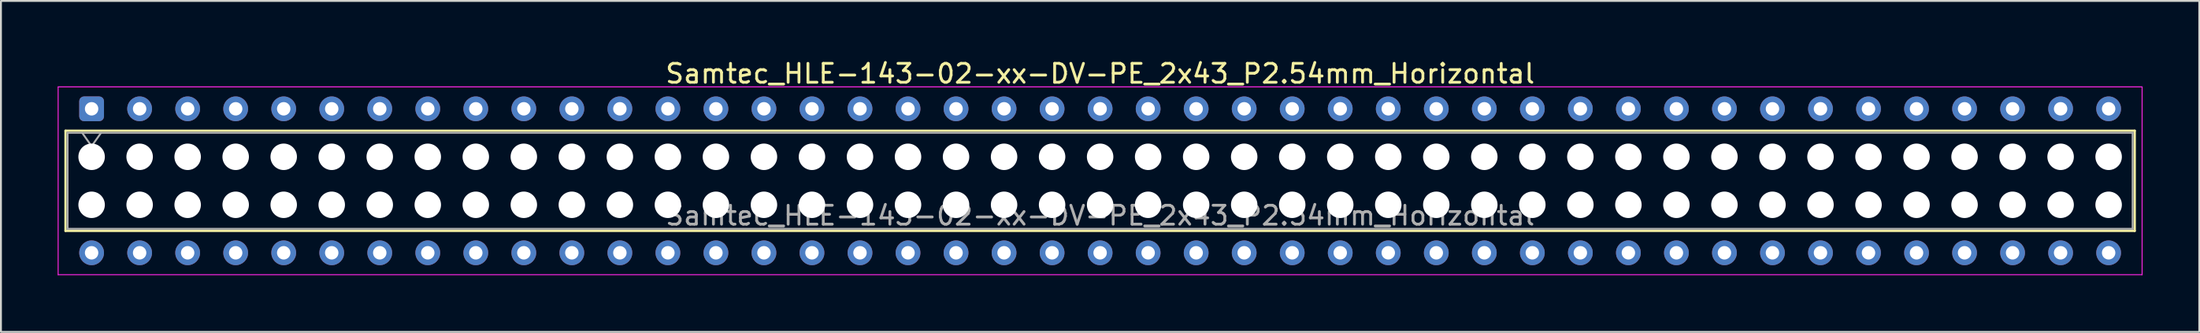
<source format=kicad_pcb>
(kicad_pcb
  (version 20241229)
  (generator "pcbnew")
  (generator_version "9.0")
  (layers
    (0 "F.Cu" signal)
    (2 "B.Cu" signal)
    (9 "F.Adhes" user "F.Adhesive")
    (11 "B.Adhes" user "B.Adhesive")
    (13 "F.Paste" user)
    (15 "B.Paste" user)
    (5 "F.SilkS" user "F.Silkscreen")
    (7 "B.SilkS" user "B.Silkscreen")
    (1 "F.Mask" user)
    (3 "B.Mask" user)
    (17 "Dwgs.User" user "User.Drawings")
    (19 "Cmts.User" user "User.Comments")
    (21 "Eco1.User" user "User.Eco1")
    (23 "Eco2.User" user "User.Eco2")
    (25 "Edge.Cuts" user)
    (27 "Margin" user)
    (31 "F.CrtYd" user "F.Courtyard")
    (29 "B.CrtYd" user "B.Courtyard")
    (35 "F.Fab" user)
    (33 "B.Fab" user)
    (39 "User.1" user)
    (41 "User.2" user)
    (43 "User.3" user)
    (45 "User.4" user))
  (footprint "Samtec_HLE-143-02-xx-DV-PE_2x43_P2.54mm_Horizontal"
    (layer "F.Cu")
    (at 1.795 2.708)
    (property "Reference" "Samtec_HLE-143-02-xx-DV-PE_2x43_P2.54mm_Horizontal" (at 53.34 -1.86 0) (layer "F.SilkS") (effects (font (size 1 1) (thickness 0.15))))
    (attr through_hole)
    (fp_line (start -1.38 1.16) (end 108.06 1.16) (stroke (width 0.12) (type solid)) (layer "F.SilkS"))
    (fp_line (start -1.38 6.46) (end -1.38 1.16) (stroke (width 0.12) (type solid)) (layer "F.SilkS"))
    (fp_line (start 108.06 1.16) (end 108.06 6.46) (stroke (width 0.12) (type solid)) (layer "F.SilkS"))
    (fp_line (start 108.06 6.46) (end -1.38 6.46) (stroke (width 0.12) (type solid)) (layer "F.SilkS"))
    (fp_line (start -1.77 -1.16) (end 108.45 -1.16) (stroke (width 0.05) (type solid)) (layer "F.CrtYd"))
    (fp_line (start -1.77 8.78) (end -1.77 -1.16) (stroke (width 0.05) (type solid)) (layer "F.CrtYd"))
    (fp_line (start 108.45 -1.16) (end 108.45 8.78) (stroke (width 0.05) (type solid)) (layer "F.CrtYd"))
    (fp_line (start 108.45 8.78) (end -1.77 8.78) (stroke (width 0.05) (type solid)) (layer "F.CrtYd"))
    (fp_line (start -1.27 1.27) (end 107.95 1.27) (stroke (width 0.1) (type solid)) (layer "F.Fab"))
    (fp_line (start -1.27 6.35) (end -1.27 1.27) (stroke (width 0.1) (type solid)) (layer "F.Fab"))
    (fp_line (start -0.5 1.27) (end 0 1.977) (stroke (width 0.1) (type solid)) (layer "F.Fab"))
    (fp_line (start 0 1.977) (end 0.5 1.27) (stroke (width 0.1) (type solid)) (layer "F.Fab"))
    (fp_line (start 107.95 1.27) (end 107.95 6.35) (stroke (width 0.1) (type solid)) (layer "F.Fab"))
    (fp_line (start 107.95 6.35) (end -1.27 6.35) (stroke (width 0.1) (type solid)) (layer "F.Fab"))
    (fp_text user "${REFERENCE}" (at 53.34 5.65 0) (layer "F.Fab") (effects (font (size 1 1) (thickness 0.15))))
    (pad "" np_thru_hole circle (at 0 2.54) (size 1.4 1.4) (drill 1.4) (layers "*.Cu" "*.Mask"))
    (pad "" np_thru_hole circle (at 0 5.08) (size 1.4 1.4) (drill 1.4) (layers "*.Cu" "*.Mask"))
    (pad "" np_thru_hole circle (at 2.54 2.54) (size 1.4 1.4) (drill 1.4) (layers "*.Cu" "*.Mask"))
    (pad "" np_thru_hole circle (at 2.54 5.08) (size 1.4 1.4) (drill 1.4) (layers "*.Cu" "*.Mask"))
    (pad "" np_thru_hole circle (at 5.08 2.54) (size 1.4 1.4) (drill 1.4) (layers "*.Cu" "*.Mask"))
    (pad "" np_thru_hole circle (at 5.08 5.08) (size 1.4 1.4) (drill 1.4) (layers "*.Cu" "*.Mask"))
    (pad "" np_thru_hole circle (at 7.62 2.54) (size 1.4 1.4) (drill 1.4) (layers "*.Cu" "*.Mask"))
    (pad "" np_thru_hole circle (at 7.62 5.08) (size 1.4 1.4) (drill 1.4) (layers "*.Cu" "*.Mask"))
    (pad "" np_thru_hole circle (at 10.16 2.54) (size 1.4 1.4) (drill 1.4) (layers "*.Cu" "*.Mask"))
    (pad "" np_thru_hole circle (at 10.16 5.08) (size 1.4 1.4) (drill 1.4) (layers "*.Cu" "*.Mask"))
    (pad "" np_thru_hole circle (at 12.7 2.54) (size 1.4 1.4) (drill 1.4) (layers "*.Cu" "*.Mask"))
    (pad "" np_thru_hole circle (at 12.7 5.08) (size 1.4 1.4) (drill 1.4) (layers "*.Cu" "*.Mask"))
    (pad "" np_thru_hole circle (at 15.24 2.54) (size 1.4 1.4) (drill 1.4) (layers "*.Cu" "*.Mask"))
    (pad "" np_thru_hole circle (at 15.24 5.08) (size 1.4 1.4) (drill 1.4) (layers "*.Cu" "*.Mask"))
    (pad "" np_thru_hole circle (at 17.78 2.54) (size 1.4 1.4) (drill 1.4) (layers "*.Cu" "*.Mask"))
    (pad "" np_thru_hole circle (at 17.78 5.08) (size 1.4 1.4) (drill 1.4) (layers "*.Cu" "*.Mask"))
    (pad "" np_thru_hole circle (at 20.32 2.54) (size 1.4 1.4) (drill 1.4) (layers "*.Cu" "*.Mask"))
    (pad "" np_thru_hole circle (at 20.32 5.08) (size 1.4 1.4) (drill 1.4) (layers "*.Cu" "*.Mask"))
    (pad "" np_thru_hole circle (at 22.86 2.54) (size 1.4 1.4) (drill 1.4) (layers "*.Cu" "*.Mask"))
    (pad "" np_thru_hole circle (at 22.86 5.08) (size 1.4 1.4) (drill 1.4) (layers "*.Cu" "*.Mask"))
    (pad "" np_thru_hole circle (at 25.4 2.54) (size 1.4 1.4) (drill 1.4) (layers "*.Cu" "*.Mask"))
    (pad "" np_thru_hole circle (at 25.4 5.08) (size 1.4 1.4) (drill 1.4) (layers "*.Cu" "*.Mask"))
    (pad "" np_thru_hole circle (at 27.94 2.54) (size 1.4 1.4) (drill 1.4) (layers "*.Cu" "*.Mask"))
    (pad "" np_thru_hole circle (at 27.94 5.08) (size 1.4 1.4) (drill 1.4) (layers "*.Cu" "*.Mask"))
    (pad "" np_thru_hole circle (at 30.48 2.54) (size 1.4 1.4) (drill 1.4) (layers "*.Cu" "*.Mask"))
    (pad "" np_thru_hole circle (at 30.48 5.08) (size 1.4 1.4) (drill 1.4) (layers "*.Cu" "*.Mask"))
    (pad "" np_thru_hole circle (at 33.02 2.54) (size 1.4 1.4) (drill 1.4) (layers "*.Cu" "*.Mask"))
    (pad "" np_thru_hole circle (at 33.02 5.08) (size 1.4 1.4) (drill 1.4) (layers "*.Cu" "*.Mask"))
    (pad "" np_thru_hole circle (at 35.56 2.54) (size 1.4 1.4) (drill 1.4) (layers "*.Cu" "*.Mask"))
    (pad "" np_thru_hole circle (at 35.56 5.08) (size 1.4 1.4) (drill 1.4) (layers "*.Cu" "*.Mask"))
    (pad "" np_thru_hole circle (at 38.1 2.54) (size 1.4 1.4) (drill 1.4) (layers "*.Cu" "*.Mask"))
    (pad "" np_thru_hole circle (at 38.1 5.08) (size 1.4 1.4) (drill 1.4) (layers "*.Cu" "*.Mask"))
    (pad "" np_thru_hole circle (at 40.64 2.54) (size 1.4 1.4) (drill 1.4) (layers "*.Cu" "*.Mask"))
    (pad "" np_thru_hole circle (at 40.64 5.08) (size 1.4 1.4) (drill 1.4) (layers "*.Cu" "*.Mask"))
    (pad "" np_thru_hole circle (at 43.18 2.54) (size 1.4 1.4) (drill 1.4) (layers "*.Cu" "*.Mask"))
    (pad "" np_thru_hole circle (at 43.18 5.08) (size 1.4 1.4) (drill 1.4) (layers "*.Cu" "*.Mask"))
    (pad "" np_thru_hole circle (at 45.72 2.54) (size 1.4 1.4) (drill 1.4) (layers "*.Cu" "*.Mask"))
    (pad "" np_thru_hole circle (at 45.72 5.08) (size 1.4 1.4) (drill 1.4) (layers "*.Cu" "*.Mask"))
    (pad "" np_thru_hole circle (at 48.26 2.54) (size 1.4 1.4) (drill 1.4) (layers "*.Cu" "*.Mask"))
    (pad "" np_thru_hole circle (at 48.26 5.08) (size 1.4 1.4) (drill 1.4) (layers "*.Cu" "*.Mask"))
    (pad "" np_thru_hole circle (at 50.8 2.54) (size 1.4 1.4) (drill 1.4) (layers "*.Cu" "*.Mask"))
    (pad "" np_thru_hole circle (at 50.8 5.08) (size 1.4 1.4) (drill 1.4) (layers "*.Cu" "*.Mask"))
    (pad "" np_thru_hole circle (at 53.34 2.54) (size 1.4 1.4) (drill 1.4) (layers "*.Cu" "*.Mask"))
    (pad "" np_thru_hole circle (at 53.34 5.08) (size 1.4 1.4) (drill 1.4) (layers "*.Cu" "*.Mask"))
    (pad "" np_thru_hole circle (at 55.88 2.54) (size 1.4 1.4) (drill 1.4) (layers "*.Cu" "*.Mask"))
    (pad "" np_thru_hole circle (at 55.88 5.08) (size 1.4 1.4) (drill 1.4) (layers "*.Cu" "*.Mask"))
    (pad "" np_thru_hole circle (at 58.42 2.54) (size 1.4 1.4) (drill 1.4) (layers "*.Cu" "*.Mask"))
    (pad "" np_thru_hole circle (at 58.42 5.08) (size 1.4 1.4) (drill 1.4) (layers "*.Cu" "*.Mask"))
    (pad "" np_thru_hole circle (at 60.96 2.54) (size 1.4 1.4) (drill 1.4) (layers "*.Cu" "*.Mask"))
    (pad "" np_thru_hole circle (at 60.96 5.08) (size 1.4 1.4) (drill 1.4) (layers "*.Cu" "*.Mask"))
    (pad "" np_thru_hole circle (at 63.5 2.54) (size 1.4 1.4) (drill 1.4) (layers "*.Cu" "*.Mask"))
    (pad "" np_thru_hole circle (at 63.5 5.08) (size 1.4 1.4) (drill 1.4) (layers "*.Cu" "*.Mask"))
    (pad "" np_thru_hole circle (at 66.04 2.54) (size 1.4 1.4) (drill 1.4) (layers "*.Cu" "*.Mask"))
    (pad "" np_thru_hole circle (at 66.04 5.08) (size 1.4 1.4) (drill 1.4) (layers "*.Cu" "*.Mask"))
    (pad "" np_thru_hole circle (at 68.58 2.54) (size 1.4 1.4) (drill 1.4) (layers "*.Cu" "*.Mask"))
    (pad "" np_thru_hole circle (at 68.58 5.08) (size 1.4 1.4) (drill 1.4) (layers "*.Cu" "*.Mask"))
    (pad "" np_thru_hole circle (at 71.12 2.54) (size 1.4 1.4) (drill 1.4) (layers "*.Cu" "*.Mask"))
    (pad "" np_thru_hole circle (at 71.12 5.08) (size 1.4 1.4) (drill 1.4) (layers "*.Cu" "*.Mask"))
    (pad "" np_thru_hole circle (at 73.66 2.54) (size 1.4 1.4) (drill 1.4) (layers "*.Cu" "*.Mask"))
    (pad "" np_thru_hole circle (at 73.66 5.08) (size 1.4 1.4) (drill 1.4) (layers "*.Cu" "*.Mask"))
    (pad "" np_thru_hole circle (at 76.2 2.54) (size 1.4 1.4) (drill 1.4) (layers "*.Cu" "*.Mask"))
    (pad "" np_thru_hole circle (at 76.2 5.08) (size 1.4 1.4) (drill 1.4) (layers "*.Cu" "*.Mask"))
    (pad "" np_thru_hole circle (at 78.74 2.54) (size 1.4 1.4) (drill 1.4) (layers "*.Cu" "*.Mask"))
    (pad "" np_thru_hole circle (at 78.74 5.08) (size 1.4 1.4) (drill 1.4) (layers "*.Cu" "*.Mask"))
    (pad "" np_thru_hole circle (at 81.28 2.54) (size 1.4 1.4) (drill 1.4) (layers "*.Cu" "*.Mask"))
    (pad "" np_thru_hole circle (at 81.28 5.08) (size 1.4 1.4) (drill 1.4) (layers "*.Cu" "*.Mask"))
    (pad "" np_thru_hole circle (at 83.82 2.54) (size 1.4 1.4) (drill 1.4) (layers "*.Cu" "*.Mask"))
    (pad "" np_thru_hole circle (at 83.82 5.08) (size 1.4 1.4) (drill 1.4) (layers "*.Cu" "*.Mask"))
    (pad "" np_thru_hole circle (at 86.36 2.54) (size 1.4 1.4) (drill 1.4) (layers "*.Cu" "*.Mask"))
    (pad "" np_thru_hole circle (at 86.36 5.08) (size 1.4 1.4) (drill 1.4) (layers "*.Cu" "*.Mask"))
    (pad "" np_thru_hole circle (at 88.9 2.54) (size 1.4 1.4) (drill 1.4) (layers "*.Cu" "*.Mask"))
    (pad "" np_thru_hole circle (at 88.9 5.08) (size 1.4 1.4) (drill 1.4) (layers "*.Cu" "*.Mask"))
    (pad "" np_thru_hole circle (at 91.44 2.54) (size 1.4 1.4) (drill 1.4) (layers "*.Cu" "*.Mask"))
    (pad "" np_thru_hole circle (at 91.44 5.08) (size 1.4 1.4) (drill 1.4) (layers "*.Cu" "*.Mask"))
    (pad "" np_thru_hole circle (at 93.98 2.54) (size 1.4 1.4) (drill 1.4) (layers "*.Cu" "*.Mask"))
    (pad "" np_thru_hole circle (at 93.98 5.08) (size 1.4 1.4) (drill 1.4) (layers "*.Cu" "*.Mask"))
    (pad "" np_thru_hole circle (at 96.52 2.54) (size 1.4 1.4) (drill 1.4) (layers "*.Cu" "*.Mask"))
    (pad "" np_thru_hole circle (at 96.52 5.08) (size 1.4 1.4) (drill 1.4) (layers "*.Cu" "*.Mask"))
    (pad "" np_thru_hole circle (at 99.06 2.54) (size 1.4 1.4) (drill 1.4) (layers "*.Cu" "*.Mask"))
    (pad "" np_thru_hole circle (at 99.06 5.08) (size 1.4 1.4) (drill 1.4) (layers "*.Cu" "*.Mask"))
    (pad "" np_thru_hole circle (at 101.6 2.54) (size 1.4 1.4) (drill 1.4) (layers "*.Cu" "*.Mask"))
    (pad "" np_thru_hole circle (at 101.6 5.08) (size 1.4 1.4) (drill 1.4) (layers "*.Cu" "*.Mask"))
    (pad "" np_thru_hole circle (at 104.14 2.54) (size 1.4 1.4) (drill 1.4) (layers "*.Cu" "*.Mask"))
    (pad "" np_thru_hole circle (at 104.14 5.08) (size 1.4 1.4) (drill 1.4) (layers "*.Cu" "*.Mask"))
    (pad "" np_thru_hole circle (at 106.68 2.54) (size 1.4 1.4) (drill 1.4) (layers "*.Cu" "*.Mask"))
    (pad "" np_thru_hole circle (at 106.68 5.08) (size 1.4 1.4) (drill 1.4) (layers "*.Cu" "*.Mask"))
    (pad "1" thru_hole roundrect (at 0 0) (size 1.31 1.31) (drill 0.71) (layers "*.Cu" "*.Mask") (roundrect_rratio 0.191))
    (pad "2" thru_hole circle (at 0 7.62) (size 1.31 1.31) (drill 0.71) (layers "*.Cu" "*.Mask"))
    (pad "3" thru_hole circle (at 2.54 0) (size 1.31 1.31) (drill 0.71) (layers "*.Cu" "*.Mask"))
    (pad "4" thru_hole circle (at 2.54 7.62) (size 1.31 1.31) (drill 0.71) (layers "*.Cu" "*.Mask"))
    (pad "5" thru_hole circle (at 5.08 0) (size 1.31 1.31) (drill 0.71) (layers "*.Cu" "*.Mask"))
    (pad "6" thru_hole circle (at 5.08 7.62) (size 1.31 1.31) (drill 0.71) (layers "*.Cu" "*.Mask"))
    (pad "7" thru_hole circle (at 7.62 0) (size 1.31 1.31) (drill 0.71) (layers "*.Cu" "*.Mask"))
    (pad "8" thru_hole circle (at 7.62 7.62) (size 1.31 1.31) (drill 0.71) (layers "*.Cu" "*.Mask"))
    (pad "9" thru_hole circle (at 10.16 0) (size 1.31 1.31) (drill 0.71) (layers "*.Cu" "*.Mask"))
    (pad "10" thru_hole circle (at 10.16 7.62) (size 1.31 1.31) (drill 0.71) (layers "*.Cu" "*.Mask"))
    (pad "11" thru_hole circle (at 12.7 0) (size 1.31 1.31) (drill 0.71) (layers "*.Cu" "*.Mask"))
    (pad "12" thru_hole circle (at 12.7 7.62) (size 1.31 1.31) (drill 0.71) (layers "*.Cu" "*.Mask"))
    (pad "13" thru_hole circle (at 15.24 0) (size 1.31 1.31) (drill 0.71) (layers "*.Cu" "*.Mask"))
    (pad "14" thru_hole circle (at 15.24 7.62) (size 1.31 1.31) (drill 0.71) (layers "*.Cu" "*.Mask"))
    (pad "15" thru_hole circle (at 17.78 0) (size 1.31 1.31) (drill 0.71) (layers "*.Cu" "*.Mask"))
    (pad "16" thru_hole circle (at 17.78 7.62) (size 1.31 1.31) (drill 0.71) (layers "*.Cu" "*.Mask"))
    (pad "17" thru_hole circle (at 20.32 0) (size 1.31 1.31) (drill 0.71) (layers "*.Cu" "*.Mask"))
    (pad "18" thru_hole circle (at 20.32 7.62) (size 1.31 1.31) (drill 0.71) (layers "*.Cu" "*.Mask"))
    (pad "19" thru_hole circle (at 22.86 0) (size 1.31 1.31) (drill 0.71) (layers "*.Cu" "*.Mask"))
    (pad "20" thru_hole circle (at 22.86 7.62) (size 1.31 1.31) (drill 0.71) (layers "*.Cu" "*.Mask"))
    (pad "21" thru_hole circle (at 25.4 0) (size 1.31 1.31) (drill 0.71) (layers "*.Cu" "*.Mask"))
    (pad "22" thru_hole circle (at 25.4 7.62) (size 1.31 1.31) (drill 0.71) (layers "*.Cu" "*.Mask"))
    (pad "23" thru_hole circle (at 27.94 0) (size 1.31 1.31) (drill 0.71) (layers "*.Cu" "*.Mask"))
    (pad "24" thru_hole circle (at 27.94 7.62) (size 1.31 1.31) (drill 0.71) (layers "*.Cu" "*.Mask"))
    (pad "25" thru_hole circle (at 30.48 0) (size 1.31 1.31) (drill 0.71) (layers "*.Cu" "*.Mask"))
    (pad "26" thru_hole circle (at 30.48 7.62) (size 1.31 1.31) (drill 0.71) (layers "*.Cu" "*.Mask"))
    (pad "27" thru_hole circle (at 33.02 0) (size 1.31 1.31) (drill 0.71) (layers "*.Cu" "*.Mask"))
    (pad "28" thru_hole circle (at 33.02 7.62) (size 1.31 1.31) (drill 0.71) (layers "*.Cu" "*.Mask"))
    (pad "29" thru_hole circle (at 35.56 0) (size 1.31 1.31) (drill 0.71) (layers "*.Cu" "*.Mask"))
    (pad "30" thru_hole circle (at 35.56 7.62) (size 1.31 1.31) (drill 0.71) (layers "*.Cu" "*.Mask"))
    (pad "31" thru_hole circle (at 38.1 0) (size 1.31 1.31) (drill 0.71) (layers "*.Cu" "*.Mask"))
    (pad "32" thru_hole circle (at 38.1 7.62) (size 1.31 1.31) (drill 0.71) (layers "*.Cu" "*.Mask"))
    (pad "33" thru_hole circle (at 40.64 0) (size 1.31 1.31) (drill 0.71) (layers "*.Cu" "*.Mask"))
    (pad "34" thru_hole circle (at 40.64 7.62) (size 1.31 1.31) (drill 0.71) (layers "*.Cu" "*.Mask"))
    (pad "35" thru_hole circle (at 43.18 0) (size 1.31 1.31) (drill 0.71) (layers "*.Cu" "*.Mask"))
    (pad "36" thru_hole circle (at 43.18 7.62) (size 1.31 1.31) (drill 0.71) (layers "*.Cu" "*.Mask"))
    (pad "37" thru_hole circle (at 45.72 0) (size 1.31 1.31) (drill 0.71) (layers "*.Cu" "*.Mask"))
    (pad "38" thru_hole circle (at 45.72 7.62) (size 1.31 1.31) (drill 0.71) (layers "*.Cu" "*.Mask"))
    (pad "39" thru_hole circle (at 48.26 0) (size 1.31 1.31) (drill 0.71) (layers "*.Cu" "*.Mask"))
    (pad "40" thru_hole circle (at 48.26 7.62) (size 1.31 1.31) (drill 0.71) (layers "*.Cu" "*.Mask"))
    (pad "41" thru_hole circle (at 50.8 0) (size 1.31 1.31) (drill 0.71) (layers "*.Cu" "*.Mask"))
    (pad "42" thru_hole circle (at 50.8 7.62) (size 1.31 1.31) (drill 0.71) (layers "*.Cu" "*.Mask"))
    (pad "43" thru_hole circle (at 53.34 0) (size 1.31 1.31) (drill 0.71) (layers "*.Cu" "*.Mask"))
    (pad "44" thru_hole circle (at 53.34 7.62) (size 1.31 1.31) (drill 0.71) (layers "*.Cu" "*.Mask"))
    (pad "45" thru_hole circle (at 55.88 0) (size 1.31 1.31) (drill 0.71) (layers "*.Cu" "*.Mask"))
    (pad "46" thru_hole circle (at 55.88 7.62) (size 1.31 1.31) (drill 0.71) (layers "*.Cu" "*.Mask"))
    (pad "47" thru_hole circle (at 58.42 0) (size 1.31 1.31) (drill 0.71) (layers "*.Cu" "*.Mask"))
    (pad "48" thru_hole circle (at 58.42 7.62) (size 1.31 1.31) (drill 0.71) (layers "*.Cu" "*.Mask"))
    (pad "49" thru_hole circle (at 60.96 0) (size 1.31 1.31) (drill 0.71) (layers "*.Cu" "*.Mask"))
    (pad "50" thru_hole circle (at 60.96 7.62) (size 1.31 1.31) (drill 0.71) (layers "*.Cu" "*.Mask"))
    (pad "51" thru_hole circle (at 63.5 0) (size 1.31 1.31) (drill 0.71) (layers "*.Cu" "*.Mask"))
    (pad "52" thru_hole circle (at 63.5 7.62) (size 1.31 1.31) (drill 0.71) (layers "*.Cu" "*.Mask"))
    (pad "53" thru_hole circle (at 66.04 0) (size 1.31 1.31) (drill 0.71) (layers "*.Cu" "*.Mask"))
    (pad "54" thru_hole circle (at 66.04 7.62) (size 1.31 1.31) (drill 0.71) (layers "*.Cu" "*.Mask"))
    (pad "55" thru_hole circle (at 68.58 0) (size 1.31 1.31) (drill 0.71) (layers "*.Cu" "*.Mask"))
    (pad "56" thru_hole circle (at 68.58 7.62) (size 1.31 1.31) (drill 0.71) (layers "*.Cu" "*.Mask"))
    (pad "57" thru_hole circle (at 71.12 0) (size 1.31 1.31) (drill 0.71) (layers "*.Cu" "*.Mask"))
    (pad "58" thru_hole circle (at 71.12 7.62) (size 1.31 1.31) (drill 0.71) (layers "*.Cu" "*.Mask"))
    (pad "59" thru_hole circle (at 73.66 0) (size 1.31 1.31) (drill 0.71) (layers "*.Cu" "*.Mask"))
    (pad "60" thru_hole circle (at 73.66 7.62) (size 1.31 1.31) (drill 0.71) (layers "*.Cu" "*.Mask"))
    (pad "61" thru_hole circle (at 76.2 0) (size 1.31 1.31) (drill 0.71) (layers "*.Cu" "*.Mask"))
    (pad "62" thru_hole circle (at 76.2 7.62) (size 1.31 1.31) (drill 0.71) (layers "*.Cu" "*.Mask"))
    (pad "63" thru_hole circle (at 78.74 0) (size 1.31 1.31) (drill 0.71) (layers "*.Cu" "*.Mask"))
    (pad "64" thru_hole circle (at 78.74 7.62) (size 1.31 1.31) (drill 0.71) (layers "*.Cu" "*.Mask"))
    (pad "65" thru_hole circle (at 81.28 0) (size 1.31 1.31) (drill 0.71) (layers "*.Cu" "*.Mask"))
    (pad "66" thru_hole circle (at 81.28 7.62) (size 1.31 1.31) (drill 0.71) (layers "*.Cu" "*.Mask"))
    (pad "67" thru_hole circle (at 83.82 0) (size 1.31 1.31) (drill 0.71) (layers "*.Cu" "*.Mask"))
    (pad "68" thru_hole circle (at 83.82 7.62) (size 1.31 1.31) (drill 0.71) (layers "*.Cu" "*.Mask"))
    (pad "69" thru_hole circle (at 86.36 0) (size 1.31 1.31) (drill 0.71) (layers "*.Cu" "*.Mask"))
    (pad "70" thru_hole circle (at 86.36 7.62) (size 1.31 1.31) (drill 0.71) (layers "*.Cu" "*.Mask"))
    (pad "71" thru_hole circle (at 88.9 0) (size 1.31 1.31) (drill 0.71) (layers "*.Cu" "*.Mask"))
    (pad "72" thru_hole circle (at 88.9 7.62) (size 1.31 1.31) (drill 0.71) (layers "*.Cu" "*.Mask"))
    (pad "73" thru_hole circle (at 91.44 0) (size 1.31 1.31) (drill 0.71) (layers "*.Cu" "*.Mask"))
    (pad "74" thru_hole circle (at 91.44 7.62) (size 1.31 1.31) (drill 0.71) (layers "*.Cu" "*.Mask"))
    (pad "75" thru_hole circle (at 93.98 0) (size 1.31 1.31) (drill 0.71) (layers "*.Cu" "*.Mask"))
    (pad "76" thru_hole circle (at 93.98 7.62) (size 1.31 1.31) (drill 0.71) (layers "*.Cu" "*.Mask"))
    (pad "77" thru_hole circle (at 96.52 0) (size 1.31 1.31) (drill 0.71) (layers "*.Cu" "*.Mask"))
    (pad "78" thru_hole circle (at 96.52 7.62) (size 1.31 1.31) (drill 0.71) (layers "*.Cu" "*.Mask"))
    (pad "79" thru_hole circle (at 99.06 0) (size 1.31 1.31) (drill 0.71) (layers "*.Cu" "*.Mask"))
    (pad "80" thru_hole circle (at 99.06 7.62) (size 1.31 1.31) (drill 0.71) (layers "*.Cu" "*.Mask"))
    (pad "81" thru_hole circle (at 101.6 0) (size 1.31 1.31) (drill 0.71) (layers "*.Cu" "*.Mask"))
    (pad "82" thru_hole circle (at 101.6 7.62) (size 1.31 1.31) (drill 0.71) (layers "*.Cu" "*.Mask"))
    (pad "83" thru_hole circle (at 104.14 0) (size 1.31 1.31) (drill 0.71) (layers "*.Cu" "*.Mask"))
    (pad "84" thru_hole circle (at 104.14 7.62) (size 1.31 1.31) (drill 0.71) (layers "*.Cu" "*.Mask"))
    (pad "85" thru_hole circle (at 106.68 0) (size 1.31 1.31) (drill 0.71) (layers "*.Cu" "*.Mask"))
    (pad "86" thru_hole circle (at 106.68 7.62) (size 1.31 1.31) (drill 0.71) (layers "*.Cu" "*.Mask")))
  (gr_rect
    (start -3 -3)
    (end 113.27 14.513)
    (stroke (width 0.1) (type default))
    (fill no)
    (layer "Edge.Cuts")))
</source>
